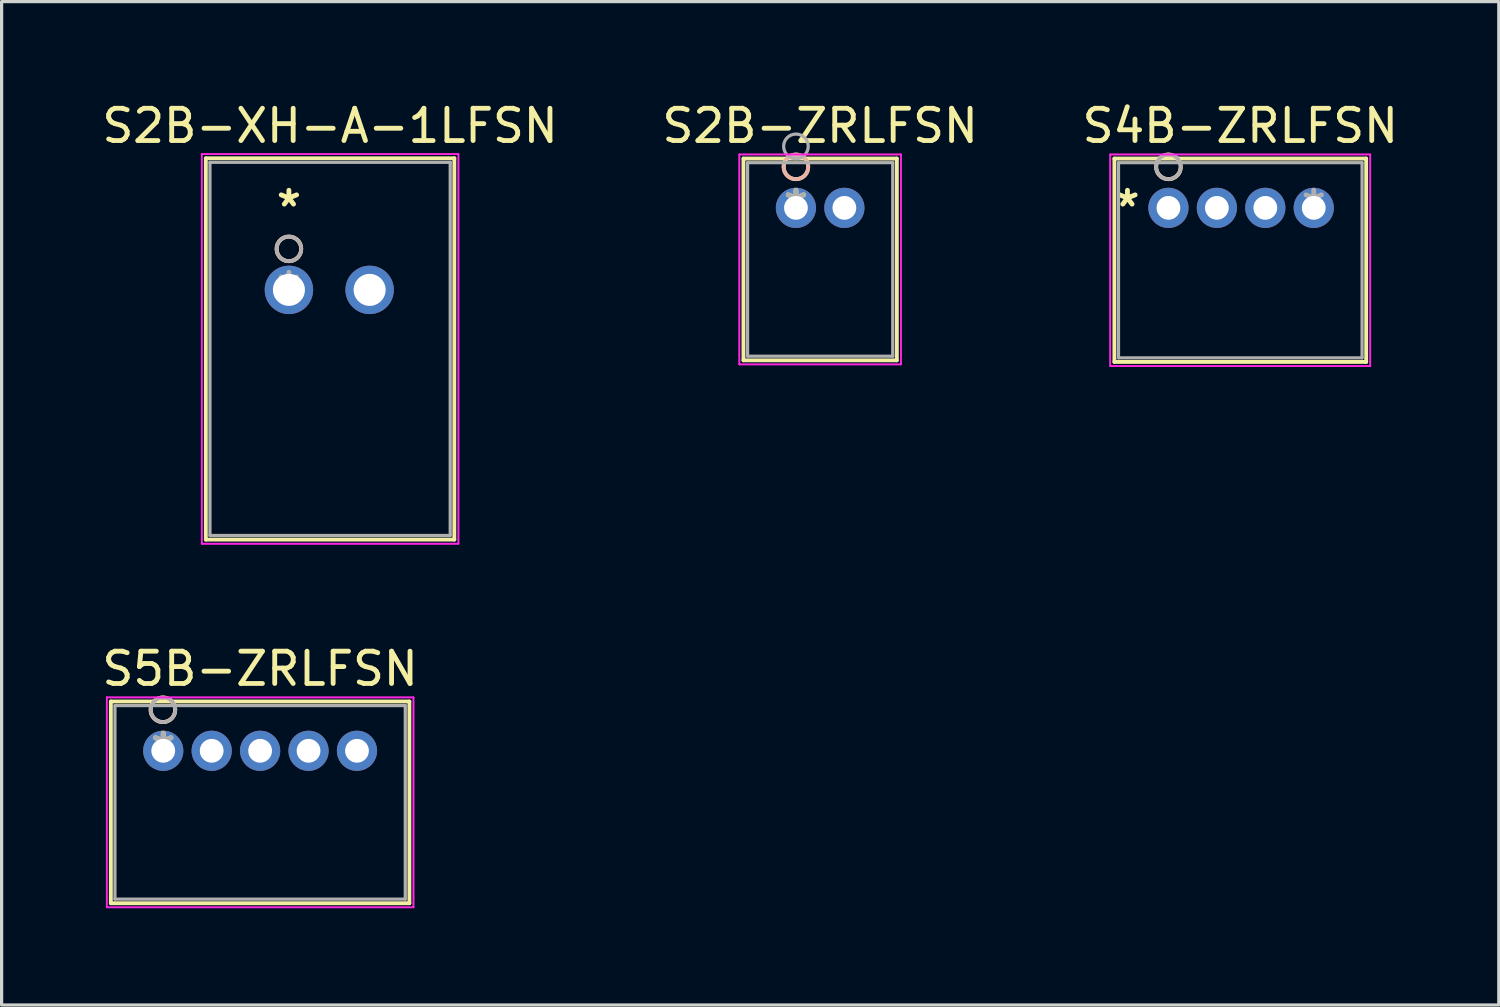
<source format=kicad_pcb>
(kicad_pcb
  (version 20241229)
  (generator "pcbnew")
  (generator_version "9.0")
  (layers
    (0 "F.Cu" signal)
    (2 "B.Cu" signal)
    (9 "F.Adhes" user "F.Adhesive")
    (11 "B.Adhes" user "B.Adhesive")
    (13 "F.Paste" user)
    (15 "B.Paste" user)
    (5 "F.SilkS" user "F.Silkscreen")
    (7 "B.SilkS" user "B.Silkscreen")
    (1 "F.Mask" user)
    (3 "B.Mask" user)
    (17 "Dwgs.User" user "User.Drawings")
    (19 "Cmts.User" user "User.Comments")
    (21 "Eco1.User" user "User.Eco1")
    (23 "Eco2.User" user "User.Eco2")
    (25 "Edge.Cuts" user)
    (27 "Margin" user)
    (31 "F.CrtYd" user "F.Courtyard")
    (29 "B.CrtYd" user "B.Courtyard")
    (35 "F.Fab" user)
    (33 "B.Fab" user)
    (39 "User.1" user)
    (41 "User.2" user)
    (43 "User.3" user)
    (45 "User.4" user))
  (footprint "S2B-ZRLFSN"
    (layer "F.Cu")
    (at 21.601 3.388)
    (property "Reference" "S2B-ZRLFSN" (at 0.75 -2.54 0) (layer "F.SilkS") (effects (font (size 1 1) (thickness 0.15))))
    (attr through_hole)
    (fp_line (start -1.625 -1.527) (end -1.625 4.721) (stroke (width 0.12) (type solid)) (layer "F.SilkS"))
    (fp_line (start -1.625 4.721) (end 3.125 4.721) (stroke (width 0.12) (type solid)) (layer "F.SilkS"))
    (fp_line (start 3.125 -1.527) (end -1.625 -1.527) (stroke (width 0.12) (type solid)) (layer "F.SilkS"))
    (fp_line (start 3.125 4.721) (end 3.125 -1.527) (stroke (width 0.12) (type solid)) (layer "F.SilkS"))
    (fp_circle (center -0.000001 -1.27) (end 0.381 -1.27) (stroke (width 0.12) (type solid)) (fill no) (layer "F.SilkS"))
    (fp_circle (center -0.000001 -1.27) (end 0.381 -1.27) (stroke (width 0.12) (type solid)) (fill no) (layer "B.SilkS"))
    (fp_line (start -1.752 -1.654) (end -1.752 4.848) (stroke (width 0.05) (type solid)) (layer "F.CrtYd"))
    (fp_line (start -1.752 -1.654) (end -1.752 4.848) (stroke (width 0.05) (type solid)) (layer "F.CrtYd"))
    (fp_line (start -1.752 4.848) (end 3.252 4.848) (stroke (width 0.05) (type solid)) (layer "F.CrtYd"))
    (fp_line (start -1.752 4.848) (end 3.252 4.848) (stroke (width 0.05) (type solid)) (layer "F.CrtYd"))
    (fp_line (start 3.252 -1.654) (end -1.752 -1.654) (stroke (width 0.05) (type solid)) (layer "F.CrtYd"))
    (fp_line (start 3.252 -1.654) (end -1.752 -1.654) (stroke (width 0.05) (type solid)) (layer "F.CrtYd"))
    (fp_line (start 3.252 4.848) (end 3.252 -1.654) (stroke (width 0.05) (type solid)) (layer "F.CrtYd"))
    (fp_line (start 3.252 4.848) (end 3.252 -1.654) (stroke (width 0.05) (type solid)) (layer "F.CrtYd"))
    (fp_line (start -1.498 -1.4) (end -1.498 4.594) (stroke (width 0.1) (type solid)) (layer "F.Fab"))
    (fp_line (start -1.498 4.594) (end 2.998 4.594) (stroke (width 0.1) (type solid)) (layer "F.Fab"))
    (fp_line (start 2.998 -1.4) (end -1.498 -1.4) (stroke (width 0.1) (type solid)) (layer "F.Fab"))
    (fp_line (start 2.998 4.594) (end 2.998 -1.4) (stroke (width 0.1) (type solid)) (layer "F.Fab"))
    (fp_circle (center 0 -1.905) (end 0.381 -1.905) (stroke (width 0.1) (type solid)) (fill no) (layer "F.Fab"))
    (fp_text user "*" (at 0 0 0) (layer "F.SilkS") (effects (font (size 1 1) (thickness 0.15))))
    (fp_text user "*" (at 0 0 0) (layer "F.Fab") (effects (font (size 1 1) (thickness 0.15))))
    (pad "1" thru_hole circle (at -0.000001 0 90) (size 1.245 1.245) (drill 0.737) (layers "*.Cu" "*.Mask"))
    (pad "2" thru_hole circle (at 1.5 0) (size 1.245 1.245) (drill 0.737) (layers "*.Cu" "*.Mask")))
  (footprint "S4B-ZRLFSN"
    (layer "F.Cu")
    (at 33.138 3.388)
    (property "Reference" "S4B-ZRLFSN" (at 2.225 -2.54 0) (layer "F.SilkS") (effects (font (size 1 1) (thickness 0.15))))
    (attr through_hole)
    (fp_line (start -1.674 -1.527) (end -1.674 4.772) (stroke (width 0.12) (type solid)) (layer "F.SilkS"))
    (fp_line (start -1.674 4.772) (end 6.124 4.772) (stroke (width 0.12) (type solid)) (layer "F.SilkS"))
    (fp_line (start 6.124 -1.527) (end -1.674 -1.527) (stroke (width 0.12) (type solid)) (layer "F.SilkS"))
    (fp_line (start 6.124 4.772) (end 6.124 -1.527) (stroke (width 0.12) (type solid)) (layer "F.SilkS"))
    (fp_circle (center 0 -1.27) (end 0.381 -1.27) (stroke (width 0.12) (type solid)) (fill no) (layer "F.SilkS"))
    (fp_circle (center 0 -1.27) (end 0.381 -1.27) (stroke (width 0.12) (type solid)) (fill no) (layer "B.SilkS"))
    (fp_line (start -1.801 -1.654) (end -1.801 4.899) (stroke (width 0.05) (type solid)) (layer "F.CrtYd"))
    (fp_line (start -1.801 -1.654) (end -1.801 4.899) (stroke (width 0.05) (type solid)) (layer "F.CrtYd"))
    (fp_line (start -1.801 4.899) (end 6.251 4.899) (stroke (width 0.05) (type solid)) (layer "F.CrtYd"))
    (fp_line (start -1.801 4.899) (end 6.251 4.899) (stroke (width 0.05) (type solid)) (layer "F.CrtYd"))
    (fp_line (start 6.251 -1.654) (end -1.801 -1.654) (stroke (width 0.05) (type solid)) (layer "F.CrtYd"))
    (fp_line (start 6.251 -1.654) (end -1.801 -1.654) (stroke (width 0.05) (type solid)) (layer "F.CrtYd"))
    (fp_line (start 6.251 4.899) (end 6.251 -1.654) (stroke (width 0.05) (type solid)) (layer "F.CrtYd"))
    (fp_line (start 6.251 4.899) (end 6.251 -1.654) (stroke (width 0.05) (type solid)) (layer "F.CrtYd"))
    (fp_line (start -1.547 -1.4) (end -1.547 4.645) (stroke (width 0.1) (type solid)) (layer "F.Fab"))
    (fp_line (start -1.547 4.645) (end 5.997 4.645) (stroke (width 0.1) (type solid)) (layer "F.Fab"))
    (fp_line (start 5.997 -1.4) (end -1.547 -1.4) (stroke (width 0.1) (type solid)) (layer "F.Fab"))
    (fp_line (start 5.997 4.645) (end 5.997 -1.4) (stroke (width 0.1) (type solid)) (layer "F.Fab"))
    (fp_circle (center 0 -1.27) (end 0.381 -1.27) (stroke (width 0.1) (type solid)) (fill no) (layer "F.Fab"))
    (fp_text user "*" (at -1.27 0 0) (layer "F.SilkS") (effects (font (size 1 1) (thickness 0.15))))
    (fp_text user "*" (at 4.5 0 0) (layer "F.Fab") (effects (font (size 1 1) (thickness 0.15))))
    (pad "1" thru_hole circle (at 0 0) (size 1.245 1.245) (drill 0.737) (layers "*.Cu" "*.Mask"))
    (pad "2" thru_hole circle (at 1.5 0) (size 1.245 1.245) (drill 0.737) (layers "*.Cu" "*.Mask"))
    (pad "3" thru_hole circle (at 3 0) (size 1.245 1.245) (drill 0.737) (layers "*.Cu" "*.Mask"))
    (pad "4" thru_hole circle (at 4.5 0) (size 1.245 1.245) (drill 0.737) (layers "*.Cu" "*.Mask")))
  (footprint "S2B-XH-A-1LFSN"
    (layer "F.Cu")
    (at 5.898 5.928)
    (property "Reference" "S2B-XH-A-1LFSN" (at 1.275 -5.08 0) (layer "F.SilkS") (effects (font (size 1 1) (thickness 0.15))))
    (attr through_hole)
    (fp_line (start -2.573 -4.077) (end -2.573 7.734) (stroke (width 0.12) (type solid)) (layer "F.SilkS"))
    (fp_line (start -2.573 7.734) (end 5.123 7.734) (stroke (width 0.12) (type solid)) (layer "F.SilkS"))
    (fp_line (start 5.123 -4.077) (end -2.573 -4.077) (stroke (width 0.12) (type solid)) (layer "F.SilkS"))
    (fp_line (start 5.123 7.734) (end 5.123 -4.077) (stroke (width 0.12) (type solid)) (layer "F.SilkS"))
    (fp_circle (center 0 -1.27) (end 0.381 -1.27) (stroke (width 0.12) (type solid)) (fill no) (layer "F.SilkS"))
    (fp_circle (center 0 -1.27) (end 0.381 -1.27) (stroke (width 0.12) (type solid)) (fill no) (layer "B.SilkS"))
    (fp_line (start -2.7 -4.204) (end -2.7 7.861) (stroke (width 0.05) (type solid)) (layer "F.CrtYd"))
    (fp_line (start -2.7 -4.204) (end -2.7 7.861) (stroke (width 0.05) (type solid)) (layer "F.CrtYd"))
    (fp_line (start -2.7 7.861) (end 5.25 7.861) (stroke (width 0.05) (type solid)) (layer "F.CrtYd"))
    (fp_line (start -2.7 7.861) (end 5.25 7.861) (stroke (width 0.05) (type solid)) (layer "F.CrtYd"))
    (fp_line (start 5.25 -4.204) (end -2.7 -4.204) (stroke (width 0.05) (type solid)) (layer "F.CrtYd"))
    (fp_line (start 5.25 -4.204) (end -2.7 -4.204) (stroke (width 0.05) (type solid)) (layer "F.CrtYd"))
    (fp_line (start 5.25 7.861) (end 5.25 -4.204) (stroke (width 0.05) (type solid)) (layer "F.CrtYd"))
    (fp_line (start 5.25 7.861) (end 5.25 -4.204) (stroke (width 0.05) (type solid)) (layer "F.CrtYd"))
    (fp_line (start -2.446 -3.95) (end -2.446 7.607) (stroke (width 0.1) (type solid)) (layer "F.Fab"))
    (fp_line (start -2.446 7.607) (end 4.996 7.607) (stroke (width 0.1) (type solid)) (layer "F.Fab"))
    (fp_line (start 4.996 -3.95) (end -2.446 -3.95) (stroke (width 0.1) (type solid)) (layer "F.Fab"))
    (fp_line (start 4.996 7.607) (end 4.996 -3.95) (stroke (width 0.1) (type solid)) (layer "F.Fab"))
    (fp_circle (center 0 -1.27) (end 0.381 -1.27) (stroke (width 0.1) (type solid)) (fill no) (layer "F.Fab"))
    (fp_text user "*" (at 0 -2.54 0) (layer "F.SilkS") (effects (font (size 1 1) (thickness 0.15))))
    (fp_text user "*" (at 0 0 0) (layer "F.Fab") (effects (font (size 1 1) (thickness 0.15))))
    (pad "1" thru_hole circle (at 0.000001 0) (size 1.499 1.499) (drill 0.991) (layers "*.Cu" "*.Mask"))
    (pad "2" thru_hole circle (at 2.5 0) (size 1.499 1.499) (drill 0.991) (layers "*.Cu" "*.Mask")))
  (footprint "S5B-ZRLFSN"
    (layer "F.Cu")
    (at 2.006 20.203)
    (property "Reference" "S5B-ZRLFSN" (at 3 -2.54 0) (layer "F.SilkS") (effects (font (size 1 1) (thickness 0.15))))
    (attr through_hole)
    (fp_line (start -1.623 -1.527) (end -1.623 4.721) (stroke (width 0.12) (type solid)) (layer "F.SilkS"))
    (fp_line (start -1.623 4.721) (end 7.623 4.721) (stroke (width 0.12) (type solid)) (layer "F.SilkS"))
    (fp_line (start 7.623 -1.527) (end -1.623 -1.527) (stroke (width 0.12) (type solid)) (layer "F.SilkS"))
    (fp_line (start 7.623 4.721) (end 7.623 -1.527) (stroke (width 0.12) (type solid)) (layer "F.SilkS"))
    (fp_circle (center -0.01 -1.27) (end 0.371 -1.27) (stroke (width 0.12) (type solid)) (fill no) (layer "F.SilkS"))
    (fp_circle (center -0.01 -1.27) (end 0.371 -1.27) (stroke (width 0.12) (type solid)) (fill no) (layer "B.SilkS"))
    (fp_line (start -1.75 -1.654) (end -1.75 4.848) (stroke (width 0.05) (type solid)) (layer "F.CrtYd"))
    (fp_line (start -1.75 -1.654) (end -1.75 4.848) (stroke (width 0.05) (type solid)) (layer "F.CrtYd"))
    (fp_line (start -1.75 4.848) (end 7.75 4.848) (stroke (width 0.05) (type solid)) (layer "F.CrtYd"))
    (fp_line (start -1.75 4.848) (end 7.75 4.848) (stroke (width 0.05) (type solid)) (layer "F.CrtYd"))
    (fp_line (start 7.75 -1.654) (end -1.75 -1.654) (stroke (width 0.05) (type solid)) (layer "F.CrtYd"))
    (fp_line (start 7.75 -1.654) (end -1.75 -1.654) (stroke (width 0.05) (type solid)) (layer "F.CrtYd"))
    (fp_line (start 7.75 4.848) (end 7.75 -1.654) (stroke (width 0.05) (type solid)) (layer "F.CrtYd"))
    (fp_line (start 7.75 4.848) (end 7.75 -1.654) (stroke (width 0.05) (type solid)) (layer "F.CrtYd"))
    (fp_line (start -1.496 -1.4) (end -1.496 4.594) (stroke (width 0.1) (type solid)) (layer "F.Fab"))
    (fp_line (start -1.496 4.594) (end 7.496 4.594) (stroke (width 0.1) (type solid)) (layer "F.Fab"))
    (fp_line (start 7.496 -1.4) (end -1.496 -1.4) (stroke (width 0.1) (type solid)) (layer "F.Fab"))
    (fp_line (start 7.496 4.594) (end 7.496 -1.4) (stroke (width 0.1) (type solid)) (layer "F.Fab"))
    (fp_circle (center 0 -1.27) (end 0.381 -1.27) (stroke (width 0.1) (type solid)) (fill no) (layer "F.Fab"))
    (fp_text user "*" (at 0 0 0) (layer "F.SilkS") (effects (font (size 1 1) (thickness 0.15))))
    (fp_text user "*" (at 0 0 0) (layer "F.Fab") (effects (font (size 1 1) (thickness 0.15))))
    (pad "1" thru_hole circle (at 0 0) (size 1.245 1.245) (drill 0.737) (layers "*.Cu" "*.Mask"))
    (pad "2" thru_hole circle (at 1.5 0) (size 1.245 1.245) (drill 0.737) (layers "*.Cu" "*.Mask"))
    (pad "3" thru_hole circle (at 3 0) (size 1.245 1.245) (drill 0.737) (layers "*.Cu" "*.Mask"))
    (pad "4" thru_hole circle (at 4.5 0) (size 1.245 1.245) (drill 0.737) (layers "*.Cu" "*.Mask"))
    (pad "5" thru_hole circle (at 6 0) (size 1.245 1.245) (drill 0.737) (layers "*.Cu" "*.Mask")))
  (gr_rect
    (start -3 -3)
    (end 43.369 28.076)
    (stroke (width 0.1) (type default))
    (fill no)
    (layer "Edge.Cuts")))
</source>
